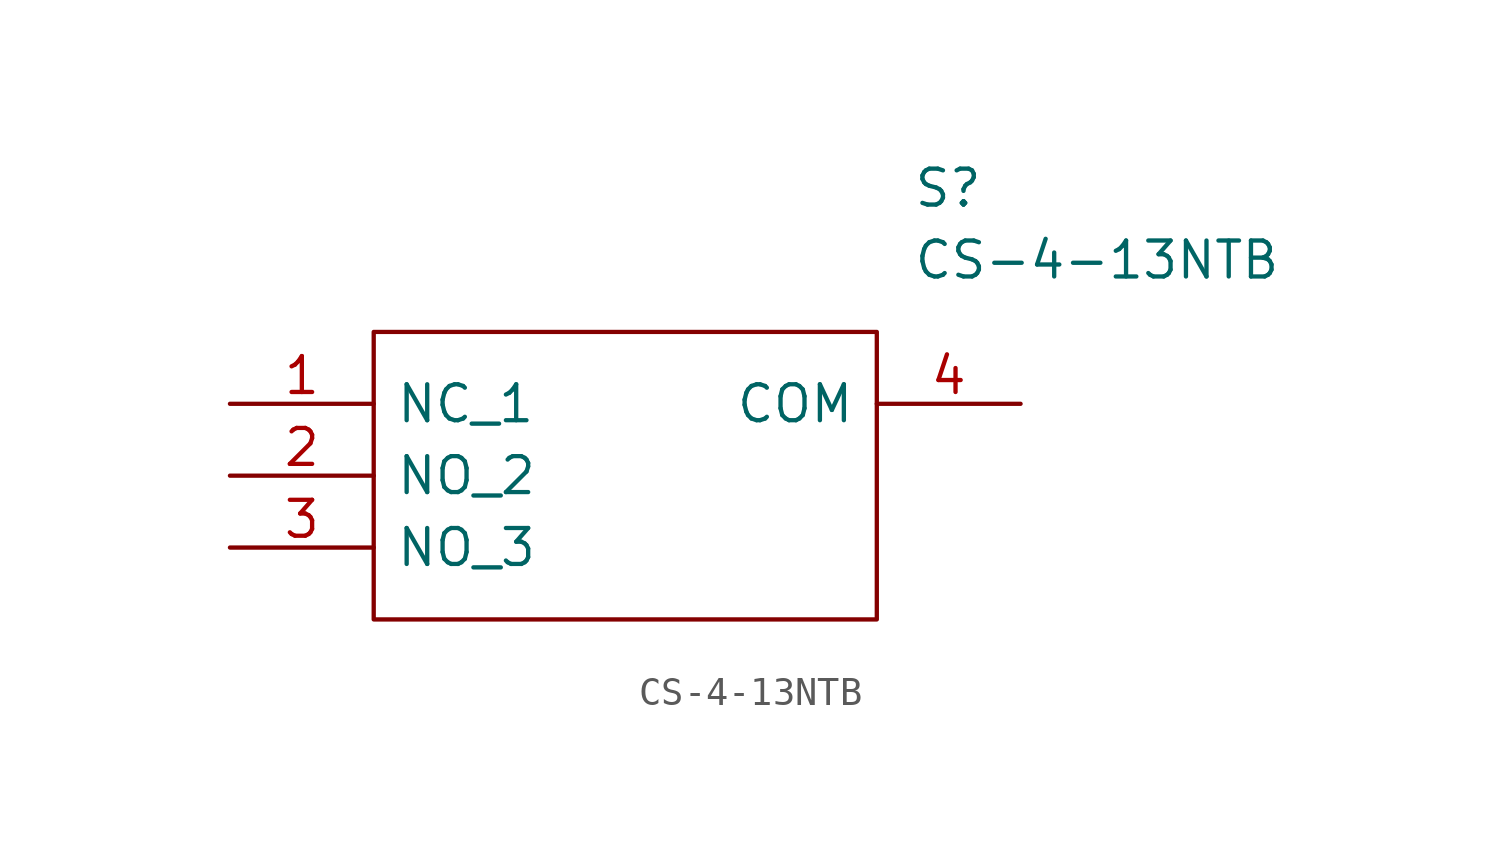
<source format=kicad_sym>
(kicad_symbol_lib
  (version 20210619)
  (generator kicad_symbol_editor)
  (symbol "CS-4-13NTB:CS-4-13NTB"
    (pin_names
      (offset 0.762))
    (property "Reference" "S"
      (at 24.13 7.62 0)
      (effects (font (size 1.27 1.27)) (justify left)))
    (property "Value" "CS-4-13NTB"
      (at 24.13 5.08 0)
      (effects (font (size 1.27 1.27)) (justify left)))
    (symbol "CS-4-13NTB_0_0"
      (pin passive line (at 0 0 0) (length 5.08) (name "NC_1" (effects (font (size 1.27 1.27)))) (number "1" (effects (font (size 1.27 1.27)))))
      (pin passive line (at 0 -2.54 0) (length 5.08) (name "NO_2" (effects (font (size 1.27 1.27)))) (number "2" (effects (font (size 1.27 1.27)))))
      (pin passive line (at 0 -5.08 0) (length 5.08) (name "NO_3" (effects (font (size 1.27 1.27)))) (number "3" (effects (font (size 1.27 1.27)))))
      (pin passive line (at 27.94 0 180) (length 5.08) (name "COM" (effects (font (size 1.27 1.27)))) (number "4" (effects (font (size 1.27 1.27))))))
    (symbol "CS-4-13NTB_0_1"
      (polyline (pts (xy 5.08 2.54) (xy 22.86 2.54) (xy 22.86 -7.62) (xy 5.08 -7.62) (xy 5.08 2.54)) (stroke (width 0.152)) (fill (type none))))))
</source>
